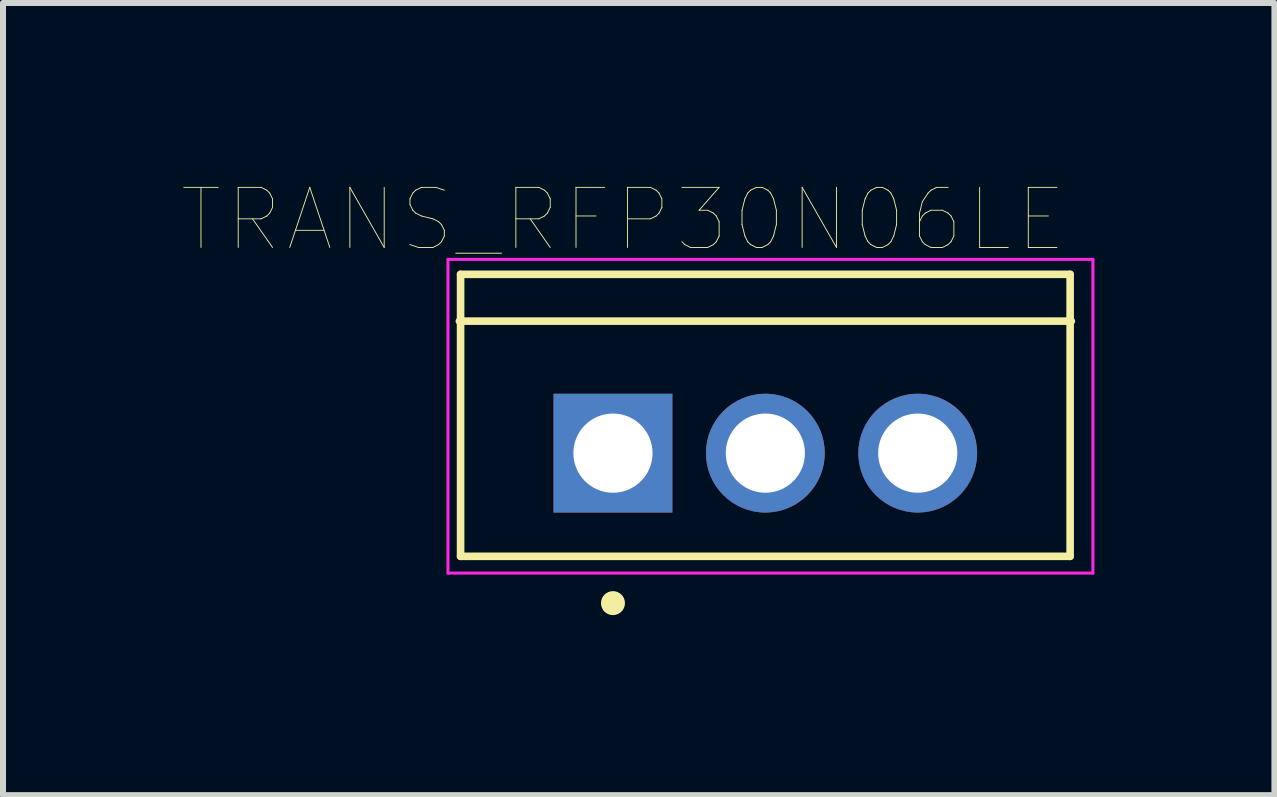
<source format=kicad_pcb>
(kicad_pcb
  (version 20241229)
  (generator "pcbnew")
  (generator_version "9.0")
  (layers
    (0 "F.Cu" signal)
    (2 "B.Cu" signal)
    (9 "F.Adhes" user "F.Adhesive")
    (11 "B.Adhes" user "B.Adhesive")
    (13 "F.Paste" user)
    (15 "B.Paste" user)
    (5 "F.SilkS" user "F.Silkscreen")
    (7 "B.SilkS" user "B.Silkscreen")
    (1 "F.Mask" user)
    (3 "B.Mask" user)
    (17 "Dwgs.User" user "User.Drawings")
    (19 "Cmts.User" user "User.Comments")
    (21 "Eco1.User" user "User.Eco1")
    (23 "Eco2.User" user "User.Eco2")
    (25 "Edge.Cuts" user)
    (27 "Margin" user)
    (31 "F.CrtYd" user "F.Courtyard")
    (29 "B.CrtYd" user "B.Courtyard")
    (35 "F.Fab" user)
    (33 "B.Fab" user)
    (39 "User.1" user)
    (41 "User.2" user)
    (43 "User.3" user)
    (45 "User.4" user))
  (footprint "TRANS_RFP30N06LE"
    (layer "F.Cu")
    (at 9.707 4.503)
    (property "Reference" "TRANS_RFP30N06LE" (at -2.369 -3.891 0) (layer "F.SilkS") (effects (font (size 1.002 1.002) (thickness 0.015))))
    (attr through_hole)
    (fp_line (start -5.1 -2.2) (end 5.1 -2.2) (stroke (width 0.127) (type solid)) (layer "F.SilkS"))
    (fp_line (start -5.08 -2.98) (end -5.08 1.72) (stroke (width 0.127) (type solid)) (layer "F.SilkS"))
    (fp_line (start -5.08 1.72) (end 5.08 1.72) (stroke (width 0.127) (type solid)) (layer "F.SilkS"))
    (fp_line (start 5.08 -2.98) (end -5.08 -2.98) (stroke (width 0.127) (type solid)) (layer "F.SilkS"))
    (fp_line (start 5.08 1.72) (end 5.08 -2.98) (stroke (width 0.127) (type solid)) (layer "F.SilkS"))
    (fp_circle (center -2.54 2.5) (end -2.34 2.5) (stroke (width 0) (type solid)) (fill yes) (layer "F.SilkS"))
    (fp_line (start -5.29 -3.23) (end 5.46 -3.23) (stroke (width 0.05) (type solid)) (layer "F.CrtYd"))
    (fp_line (start -5.29 2) (end -5.29 -3.23) (stroke (width 0.05) (type solid)) (layer "F.CrtYd"))
    (fp_line (start 5.46 -3.23) (end 5.46 2) (stroke (width 0.05) (type solid)) (layer "F.CrtYd"))
    (fp_line (start 5.46 2) (end -5.29 2) (stroke (width 0.05) (type solid)) (layer "F.CrtYd"))
    (pad "1" thru_hole rect (at -2.54 0) (size 1.98 1.98) (drill 1.32) (layers "*.Cu" "*.Mask"))
    (pad "2" thru_hole circle (at 0 0) (size 1.98 1.98) (drill 1.32) (layers "*.Cu" "*.Mask"))
    (pad "3" thru_hole circle (at 2.54 0) (size 1.98 1.98) (drill 1.32) (layers "*.Cu" "*.Mask")))
  (gr_rect
    (start -3 -3)
    (end 18.192 10.203)
    (stroke (width 0.1) (type default))
    (fill no)
    (layer "Edge.Cuts")))
</source>
